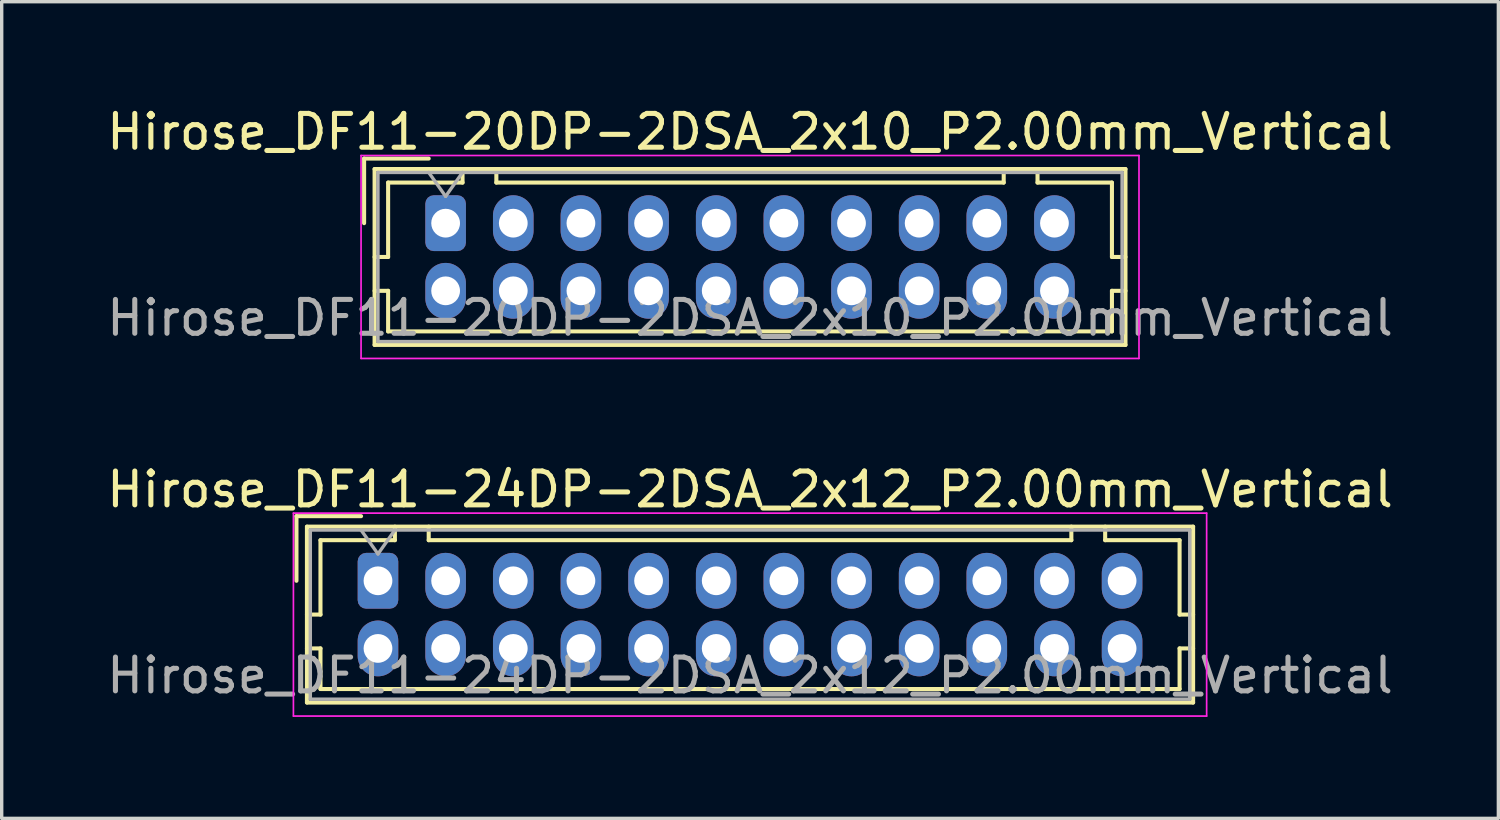
<source format=kicad_pcb>
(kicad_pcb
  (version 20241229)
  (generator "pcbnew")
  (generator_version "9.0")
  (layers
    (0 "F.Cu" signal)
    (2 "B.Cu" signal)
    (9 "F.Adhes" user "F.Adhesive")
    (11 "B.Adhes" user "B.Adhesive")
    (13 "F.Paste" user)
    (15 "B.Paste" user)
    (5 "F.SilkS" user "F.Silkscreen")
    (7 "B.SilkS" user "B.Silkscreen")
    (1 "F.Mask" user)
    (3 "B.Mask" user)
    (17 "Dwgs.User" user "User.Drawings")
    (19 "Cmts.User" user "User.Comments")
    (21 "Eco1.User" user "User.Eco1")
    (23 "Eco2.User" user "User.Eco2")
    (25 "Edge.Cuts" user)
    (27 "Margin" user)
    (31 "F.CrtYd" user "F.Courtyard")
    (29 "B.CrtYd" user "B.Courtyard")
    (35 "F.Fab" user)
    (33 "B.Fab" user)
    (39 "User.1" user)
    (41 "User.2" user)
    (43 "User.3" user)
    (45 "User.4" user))
  (footprint "Hirose_DF11-20DP-2DSA_2x10_P2.00mm_Vertical"
    (layer "F.Cu")
    (at 10.125 3.548)
    (property "Reference" "Hirose_DF11-20DP-2DSA_2x10_P2.00mm_Vertical" (at 9 -2.7 0) (layer "F.SilkS") (effects (font (size 1 1) (thickness 0.15))))
    (attr through_hole)
    (fp_line (start -2.41 -1.91) (end -0.5 -1.91) (stroke (width 0.12) (type solid)) (layer "F.SilkS"))
    (fp_line (start -2.41 0) (end -2.41 -1.91) (stroke (width 0.12) (type solid)) (layer "F.SilkS"))
    (fp_line (start -2.1 -1.6) (end -2.1 3.6) (stroke (width 0.12) (type solid)) (layer "F.SilkS"))
    (fp_line (start -2.1 1) (end -1.7 1) (stroke (width 0.12) (type solid)) (layer "F.SilkS"))
    (fp_line (start -2.1 2) (end -1.7 2) (stroke (width 0.12) (type solid)) (layer "F.SilkS"))
    (fp_line (start -2.1 3.6) (end 20.1 3.6) (stroke (width 0.12) (type solid)) (layer "F.SilkS"))
    (fp_line (start -1.7 -1.2) (end 0.5 -1.2) (stroke (width 0.12) (type solid)) (layer "F.SilkS"))
    (fp_line (start -1.7 1) (end -1.7 -1.2) (stroke (width 0.12) (type solid)) (layer "F.SilkS"))
    (fp_line (start -1.7 2) (end -1.7 3.2) (stroke (width 0.12) (type solid)) (layer "F.SilkS"))
    (fp_line (start -1.7 3.2) (end 19.7 3.2) (stroke (width 0.12) (type solid)) (layer "F.SilkS"))
    (fp_line (start 0.5 -1.2) (end 0.5 -1.6) (stroke (width 0.12) (type solid)) (layer "F.SilkS"))
    (fp_line (start 1.5 -1.6) (end 1.5 -1.2) (stroke (width 0.12) (type solid)) (layer "F.SilkS"))
    (fp_line (start 1.5 -1.2) (end 16.5 -1.2) (stroke (width 0.12) (type solid)) (layer "F.SilkS"))
    (fp_line (start 16.5 -1.2) (end 16.5 -1.6) (stroke (width 0.12) (type solid)) (layer "F.SilkS"))
    (fp_line (start 17.5 -1.2) (end 17.5 -1.6) (stroke (width 0.12) (type solid)) (layer "F.SilkS"))
    (fp_line (start 19.7 -1.2) (end 17.5 -1.2) (stroke (width 0.12) (type solid)) (layer "F.SilkS"))
    (fp_line (start 19.7 1) (end 19.7 -1.2) (stroke (width 0.12) (type solid)) (layer "F.SilkS"))
    (fp_line (start 19.7 2) (end 20.1 2) (stroke (width 0.12) (type solid)) (layer "F.SilkS"))
    (fp_line (start 19.7 3.2) (end 19.7 2) (stroke (width 0.12) (type solid)) (layer "F.SilkS"))
    (fp_line (start 20.1 -1.6) (end -2.1 -1.6) (stroke (width 0.12) (type solid)) (layer "F.SilkS"))
    (fp_line (start 20.1 1) (end 19.7 1) (stroke (width 0.12) (type solid)) (layer "F.SilkS"))
    (fp_line (start 20.1 3.6) (end 20.1 -1.6) (stroke (width 0.12) (type solid)) (layer "F.SilkS"))
    (fp_line (start -2.5 -2) (end -2.5 4) (stroke (width 0.05) (type solid)) (layer "F.CrtYd"))
    (fp_line (start -2.5 4) (end 20.5 4) (stroke (width 0.05) (type solid)) (layer "F.CrtYd"))
    (fp_line (start 20.5 -2) (end -2.5 -2) (stroke (width 0.05) (type solid)) (layer "F.CrtYd"))
    (fp_line (start 20.5 4) (end 20.5 -2) (stroke (width 0.05) (type solid)) (layer "F.CrtYd"))
    (fp_line (start -2 -1.5) (end -2 3.5) (stroke (width 0.1) (type solid)) (layer "F.Fab"))
    (fp_line (start -2 3.5) (end 20 3.5) (stroke (width 0.1) (type solid)) (layer "F.Fab"))
    (fp_line (start -0.5 -1.5) (end 0 -0.793) (stroke (width 0.1) (type solid)) (layer "F.Fab"))
    (fp_line (start 0 -0.793) (end 0.5 -1.5) (stroke (width 0.1) (type solid)) (layer "F.Fab"))
    (fp_line (start 20 -1.5) (end -2 -1.5) (stroke (width 0.1) (type solid)) (layer "F.Fab"))
    (fp_line (start 20 3.5) (end 20 -1.5) (stroke (width 0.1) (type solid)) (layer "F.Fab"))
    (fp_text user "${REFERENCE}" (at 9 2.8 0) (layer "F.Fab") (effects (font (size 1 1) (thickness 0.15))))
    (pad "1" thru_hole roundrect (at 0 0) (size 1.2 1.65) (drill 0.85) (layers "*.Cu" "*.Mask") (roundrect_rratio 0.208))
    (pad "2" thru_hole oval (at 0 2) (size 1.2 1.65) (drill 0.85) (layers "*.Cu" "*.Mask"))
    (pad "3" thru_hole oval (at 2 0) (size 1.2 1.65) (drill 0.85) (layers "*.Cu" "*.Mask"))
    (pad "4" thru_hole oval (at 2 2) (size 1.2 1.65) (drill 0.85) (layers "*.Cu" "*.Mask"))
    (pad "5" thru_hole oval (at 4 0) (size 1.2 1.65) (drill 0.85) (layers "*.Cu" "*.Mask"))
    (pad "6" thru_hole oval (at 4 2) (size 1.2 1.65) (drill 0.85) (layers "*.Cu" "*.Mask"))
    (pad "7" thru_hole oval (at 6 0) (size 1.2 1.65) (drill 0.85) (layers "*.Cu" "*.Mask"))
    (pad "8" thru_hole oval (at 6 2) (size 1.2 1.65) (drill 0.85) (layers "*.Cu" "*.Mask"))
    (pad "9" thru_hole oval (at 8 0) (size 1.2 1.65) (drill 0.85) (layers "*.Cu" "*.Mask"))
    (pad "10" thru_hole oval (at 8 2) (size 1.2 1.65) (drill 0.85) (layers "*.Cu" "*.Mask"))
    (pad "11" thru_hole oval (at 10 0) (size 1.2 1.65) (drill 0.85) (layers "*.Cu" "*.Mask"))
    (pad "12" thru_hole oval (at 10 2) (size 1.2 1.65) (drill 0.85) (layers "*.Cu" "*.Mask"))
    (pad "13" thru_hole oval (at 12 0) (size 1.2 1.65) (drill 0.85) (layers "*.Cu" "*.Mask"))
    (pad "14" thru_hole oval (at 12 2) (size 1.2 1.65) (drill 0.85) (layers "*.Cu" "*.Mask"))
    (pad "15" thru_hole oval (at 14 0) (size 1.2 1.65) (drill 0.85) (layers "*.Cu" "*.Mask"))
    (pad "16" thru_hole oval (at 14 2) (size 1.2 1.65) (drill 0.85) (layers "*.Cu" "*.Mask"))
    (pad "17" thru_hole oval (at 16 0) (size 1.2 1.65) (drill 0.85) (layers "*.Cu" "*.Mask"))
    (pad "18" thru_hole oval (at 16 2) (size 1.2 1.65) (drill 0.85) (layers "*.Cu" "*.Mask"))
    (pad "19" thru_hole oval (at 18 0) (size 1.2 1.65) (drill 0.85) (layers "*.Cu" "*.Mask"))
    (pad "20" thru_hole oval (at 18 2) (size 1.2 1.65) (drill 0.85) (layers "*.Cu" "*.Mask")))
  (footprint "Hirose_DF11-24DP-2DSA_2x12_P2.00mm_Vertical"
    (layer "F.Cu")
    (at 8.125 14.121)
    (property "Reference" "Hirose_DF11-24DP-2DSA_2x12_P2.00mm_Vertical" (at 11 -2.7 0) (layer "F.SilkS") (effects (font (size 1 1) (thickness 0.15))))
    (attr through_hole)
    (fp_line (start -2.41 -1.91) (end -0.5 -1.91) (stroke (width 0.12) (type solid)) (layer "F.SilkS"))
    (fp_line (start -2.41 0) (end -2.41 -1.91) (stroke (width 0.12) (type solid)) (layer "F.SilkS"))
    (fp_line (start -2.1 -1.6) (end -2.1 3.6) (stroke (width 0.12) (type solid)) (layer "F.SilkS"))
    (fp_line (start -2.1 1) (end -1.7 1) (stroke (width 0.12) (type solid)) (layer "F.SilkS"))
    (fp_line (start -2.1 2) (end -1.7 2) (stroke (width 0.12) (type solid)) (layer "F.SilkS"))
    (fp_line (start -2.1 3.6) (end 24.1 3.6) (stroke (width 0.12) (type solid)) (layer "F.SilkS"))
    (fp_line (start -1.7 -1.2) (end 0.5 -1.2) (stroke (width 0.12) (type solid)) (layer "F.SilkS"))
    (fp_line (start -1.7 1) (end -1.7 -1.2) (stroke (width 0.12) (type solid)) (layer "F.SilkS"))
    (fp_line (start -1.7 2) (end -1.7 3.2) (stroke (width 0.12) (type solid)) (layer "F.SilkS"))
    (fp_line (start -1.7 3.2) (end 23.7 3.2) (stroke (width 0.12) (type solid)) (layer "F.SilkS"))
    (fp_line (start 0.5 -1.2) (end 0.5 -1.6) (stroke (width 0.12) (type solid)) (layer "F.SilkS"))
    (fp_line (start 1.5 -1.6) (end 1.5 -1.2) (stroke (width 0.12) (type solid)) (layer "F.SilkS"))
    (fp_line (start 1.5 -1.2) (end 20.5 -1.2) (stroke (width 0.12) (type solid)) (layer "F.SilkS"))
    (fp_line (start 20.5 -1.2) (end 20.5 -1.6) (stroke (width 0.12) (type solid)) (layer "F.SilkS"))
    (fp_line (start 21.5 -1.2) (end 21.5 -1.6) (stroke (width 0.12) (type solid)) (layer "F.SilkS"))
    (fp_line (start 23.7 -1.2) (end 21.5 -1.2) (stroke (width 0.12) (type solid)) (layer "F.SilkS"))
    (fp_line (start 23.7 1) (end 23.7 -1.2) (stroke (width 0.12) (type solid)) (layer "F.SilkS"))
    (fp_line (start 23.7 2) (end 24.1 2) (stroke (width 0.12) (type solid)) (layer "F.SilkS"))
    (fp_line (start 23.7 3.2) (end 23.7 2) (stroke (width 0.12) (type solid)) (layer "F.SilkS"))
    (fp_line (start 24.1 -1.6) (end -2.1 -1.6) (stroke (width 0.12) (type solid)) (layer "F.SilkS"))
    (fp_line (start 24.1 1) (end 23.7 1) (stroke (width 0.12) (type solid)) (layer "F.SilkS"))
    (fp_line (start 24.1 3.6) (end 24.1 -1.6) (stroke (width 0.12) (type solid)) (layer "F.SilkS"))
    (fp_line (start -2.5 -2) (end -2.5 4) (stroke (width 0.05) (type solid)) (layer "F.CrtYd"))
    (fp_line (start -2.5 4) (end 24.5 4) (stroke (width 0.05) (type solid)) (layer "F.CrtYd"))
    (fp_line (start 24.5 -2) (end -2.5 -2) (stroke (width 0.05) (type solid)) (layer "F.CrtYd"))
    (fp_line (start 24.5 4) (end 24.5 -2) (stroke (width 0.05) (type solid)) (layer "F.CrtYd"))
    (fp_line (start -2 -1.5) (end -2 3.5) (stroke (width 0.1) (type solid)) (layer "F.Fab"))
    (fp_line (start -2 3.5) (end 24 3.5) (stroke (width 0.1) (type solid)) (layer "F.Fab"))
    (fp_line (start -0.5 -1.5) (end 0 -0.793) (stroke (width 0.1) (type solid)) (layer "F.Fab"))
    (fp_line (start 0 -0.793) (end 0.5 -1.5) (stroke (width 0.1) (type solid)) (layer "F.Fab"))
    (fp_line (start 24 -1.5) (end -2 -1.5) (stroke (width 0.1) (type solid)) (layer "F.Fab"))
    (fp_line (start 24 3.5) (end 24 -1.5) (stroke (width 0.1) (type solid)) (layer "F.Fab"))
    (fp_text user "${REFERENCE}" (at 11 2.8 0) (layer "F.Fab") (effects (font (size 1 1) (thickness 0.15))))
    (pad "1" thru_hole roundrect (at 0 0) (size 1.2 1.65) (drill 0.85) (layers "*.Cu" "*.Mask") (roundrect_rratio 0.208))
    (pad "2" thru_hole oval (at 0 2) (size 1.2 1.65) (drill 0.85) (layers "*.Cu" "*.Mask"))
    (pad "3" thru_hole oval (at 2 0) (size 1.2 1.65) (drill 0.85) (layers "*.Cu" "*.Mask"))
    (pad "4" thru_hole oval (at 2 2) (size 1.2 1.65) (drill 0.85) (layers "*.Cu" "*.Mask"))
    (pad "5" thru_hole oval (at 4 0) (size 1.2 1.65) (drill 0.85) (layers "*.Cu" "*.Mask"))
    (pad "6" thru_hole oval (at 4 2) (size 1.2 1.65) (drill 0.85) (layers "*.Cu" "*.Mask"))
    (pad "7" thru_hole oval (at 6 0) (size 1.2 1.65) (drill 0.85) (layers "*.Cu" "*.Mask"))
    (pad "8" thru_hole oval (at 6 2) (size 1.2 1.65) (drill 0.85) (layers "*.Cu" "*.Mask"))
    (pad "9" thru_hole oval (at 8 0) (size 1.2 1.65) (drill 0.85) (layers "*.Cu" "*.Mask"))
    (pad "10" thru_hole oval (at 8 2) (size 1.2 1.65) (drill 0.85) (layers "*.Cu" "*.Mask"))
    (pad "11" thru_hole oval (at 10 0) (size 1.2 1.65) (drill 0.85) (layers "*.Cu" "*.Mask"))
    (pad "12" thru_hole oval (at 10 2) (size 1.2 1.65) (drill 0.85) (layers "*.Cu" "*.Mask"))
    (pad "13" thru_hole oval (at 12 0) (size 1.2 1.65) (drill 0.85) (layers "*.Cu" "*.Mask"))
    (pad "14" thru_hole oval (at 12 2) (size 1.2 1.65) (drill 0.85) (layers "*.Cu" "*.Mask"))
    (pad "15" thru_hole oval (at 14 0) (size 1.2 1.65) (drill 0.85) (layers "*.Cu" "*.Mask"))
    (pad "16" thru_hole oval (at 14 2) (size 1.2 1.65) (drill 0.85) (layers "*.Cu" "*.Mask"))
    (pad "17" thru_hole oval (at 16 0) (size 1.2 1.65) (drill 0.85) (layers "*.Cu" "*.Mask"))
    (pad "18" thru_hole oval (at 16 2) (size 1.2 1.65) (drill 0.85) (layers "*.Cu" "*.Mask"))
    (pad "19" thru_hole oval (at 18 0) (size 1.2 1.65) (drill 0.85) (layers "*.Cu" "*.Mask"))
    (pad "20" thru_hole oval (at 18 2) (size 1.2 1.65) (drill 0.85) (layers "*.Cu" "*.Mask"))
    (pad "21" thru_hole oval (at 20 0) (size 1.2 1.65) (drill 0.85) (layers "*.Cu" "*.Mask"))
    (pad "22" thru_hole oval (at 20 2) (size 1.2 1.65) (drill 0.85) (layers "*.Cu" "*.Mask"))
    (pad "23" thru_hole oval (at 22 0) (size 1.2 1.65) (drill 0.85) (layers "*.Cu" "*.Mask"))
    (pad "24" thru_hole oval (at 22 2) (size 1.2 1.65) (drill 0.85) (layers "*.Cu" "*.Mask")))
  (gr_rect
    (start -3 -3)
    (end 41.25 21.146)
    (stroke (width 0.1) (type default))
    (fill no)
    (layer "Edge.Cuts")))
</source>
